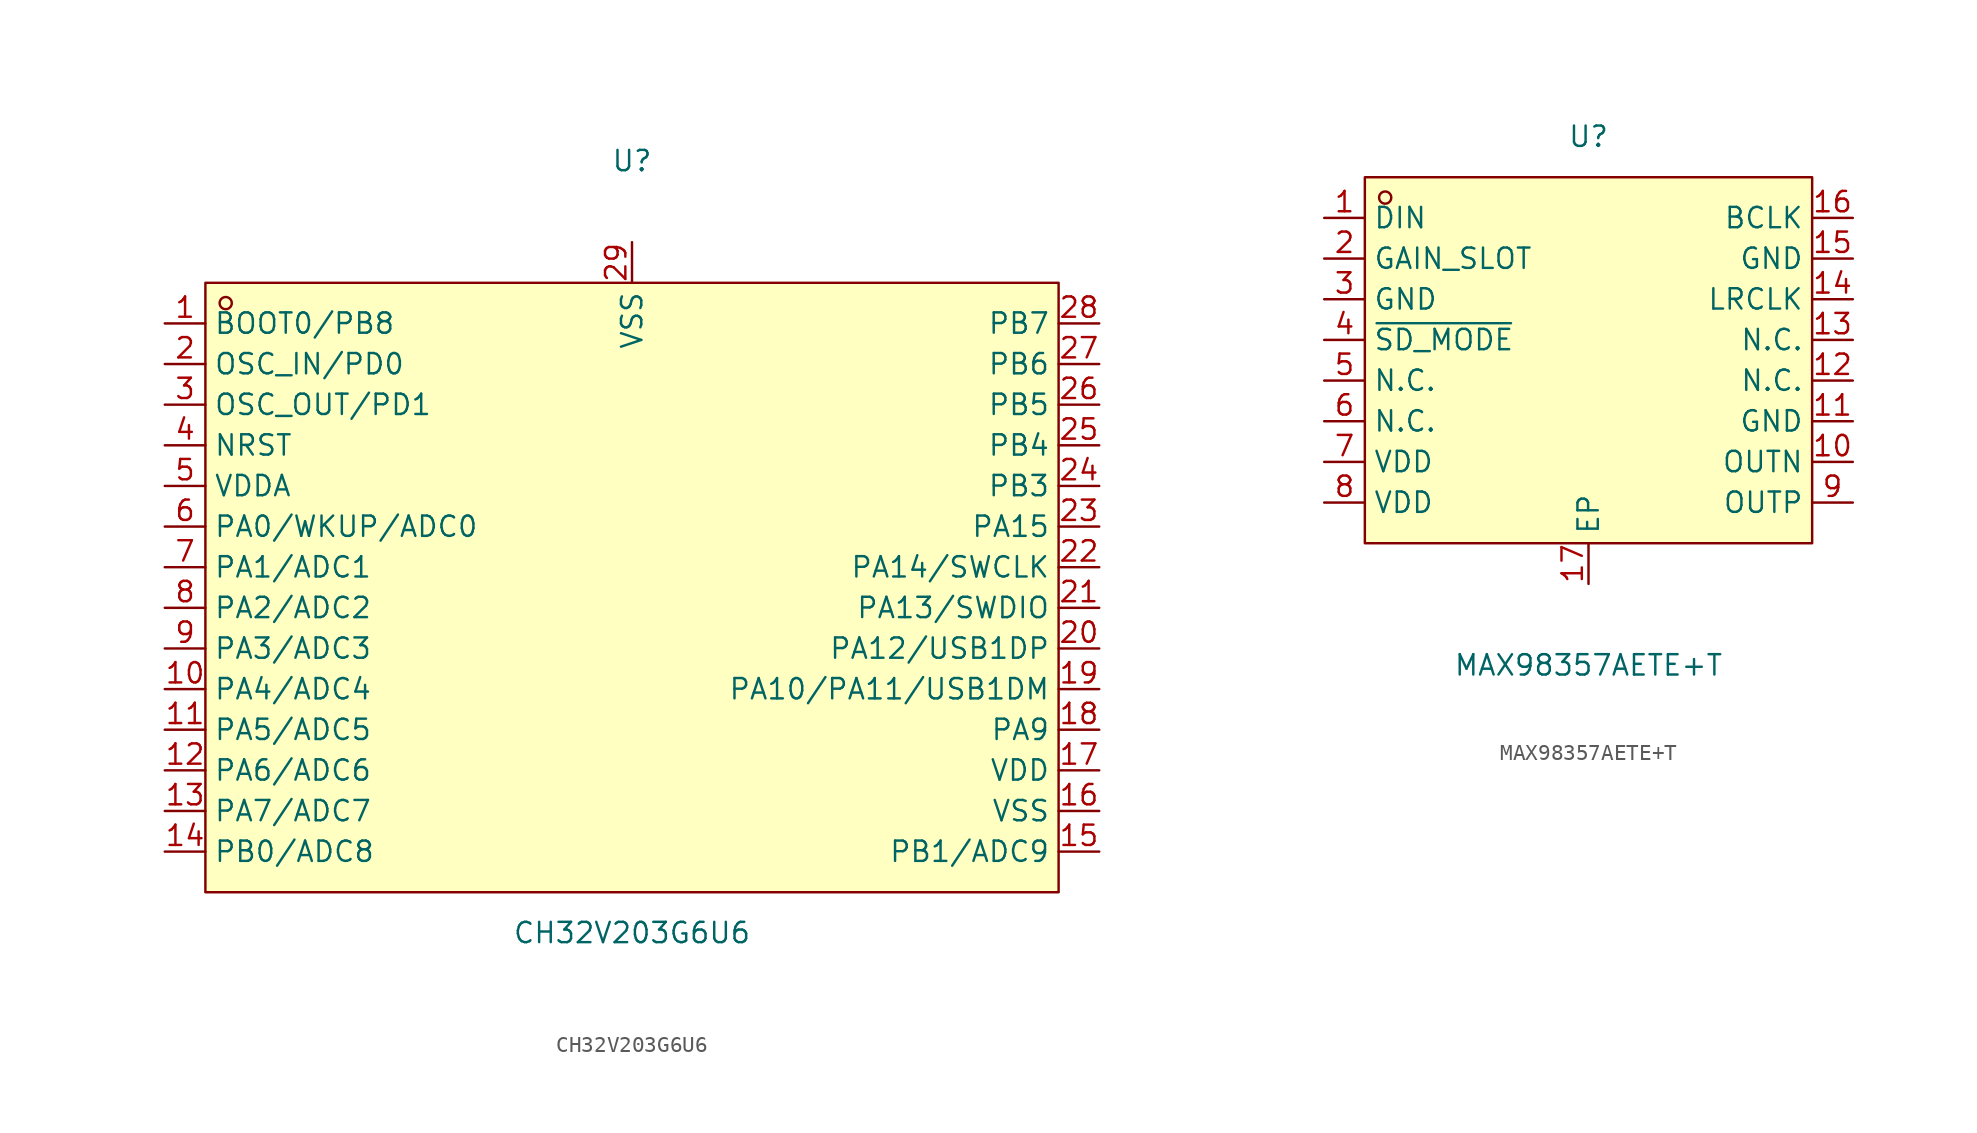
<source format=kicad_sym>
(kicad_symbol_lib
  (version 20211014)
  (generator https://github.com/uPesy/easyeda2kicad.py)
  (symbol "CH32V203G6U6"
    (property "Reference" "U"
      (at 0 26.67 0)
      (effects (font (size 1.27 1.27))))
    (property "Value" "CH32V203G6U6"
      (at 0 -21.59 0)
      (effects (font (size 1.27 1.27))))
    (symbol "CH32V203G6U6_0_1"
      (rectangle (start -26.67 19.05) (end 26.67 -19.05) (stroke (width 0) (type default) (color 0 0 0 0)) (fill (type background)))
      (circle (center -25.40 17.78) (radius 0.38) (stroke (width 0) (type default) (color 0 0 0 0)) (fill (type none)))
      (pin unspecified line (at -29.21 16.51 0) (length 2.54) (name "BOOT0/PB8" (effects (font (size 1.27 1.27)))) (number "1" (effects (font (size 1.27 1.27)))))
      (pin unspecified line (at -29.21 13.97 0) (length 2.54) (name "OSC_IN/PD0" (effects (font (size 1.27 1.27)))) (number "2" (effects (font (size 1.27 1.27)))))
      (pin unspecified line (at -29.21 11.43 0) (length 2.54) (name "OSC_OUT/PD1" (effects (font (size 1.27 1.27)))) (number "3" (effects (font (size 1.27 1.27)))))
      (pin unspecified line (at -29.21 8.89 0) (length 2.54) (name "NRST" (effects (font (size 1.27 1.27)))) (number "4" (effects (font (size 1.27 1.27)))))
      (pin unspecified line (at -29.21 6.35 0) (length 2.54) (name "VDDA" (effects (font (size 1.27 1.27)))) (number "5" (effects (font (size 1.27 1.27)))))
      (pin unspecified line (at -29.21 3.81 0) (length 2.54) (name "PA0/WKUP/ADC0" (effects (font (size 1.27 1.27)))) (number "6" (effects (font (size 1.27 1.27)))))
      (pin unspecified line (at -29.21 1.27 0) (length 2.54) (name "PA1/ADC1" (effects (font (size 1.27 1.27)))) (number "7" (effects (font (size 1.27 1.27)))))
      (pin unspecified line (at -29.21 -1.27 0) (length 2.54) (name "PA2/ADC2" (effects (font (size 1.27 1.27)))) (number "8" (effects (font (size 1.27 1.27)))))
      (pin unspecified line (at -29.21 -3.81 0) (length 2.54) (name "PA3/ADC3" (effects (font (size 1.27 1.27)))) (number "9" (effects (font (size 1.27 1.27)))))
      (pin unspecified line (at -29.21 -6.35 0) (length 2.54) (name "PA4/ADC4" (effects (font (size 1.27 1.27)))) (number "10" (effects (font (size 1.27 1.27)))))
      (pin unspecified line (at -29.21 -8.89 0) (length 2.54) (name "PA5/ADC5" (effects (font (size 1.27 1.27)))) (number "11" (effects (font (size 1.27 1.27)))))
      (pin unspecified line (at -29.21 -11.43 0) (length 2.54) (name "PA6/ADC6" (effects (font (size 1.27 1.27)))) (number "12" (effects (font (size 1.27 1.27)))))
      (pin unspecified line (at -29.21 -13.97 0) (length 2.54) (name "PA7/ADC7" (effects (font (size 1.27 1.27)))) (number "13" (effects (font (size 1.27 1.27)))))
      (pin unspecified line (at -29.21 -16.51 0) (length 2.54) (name "PB0/ADC8" (effects (font (size 1.27 1.27)))) (number "14" (effects (font (size 1.27 1.27)))))
      (pin unspecified line (at 29.21 -16.51 180) (length 2.54) (name "PB1/ADC9" (effects (font (size 1.27 1.27)))) (number "15" (effects (font (size 1.27 1.27)))))
      (pin unspecified line (at 29.21 -13.97 180) (length 2.54) (name "VSS" (effects (font (size 1.27 1.27)))) (number "16" (effects (font (size 1.27 1.27)))))
      (pin unspecified line (at 29.21 -11.43 180) (length 2.54) (name "VDD" (effects (font (size 1.27 1.27)))) (number "17" (effects (font (size 1.27 1.27)))))
      (pin unspecified line (at 29.21 -8.89 180) (length 2.54) (name "PA9" (effects (font (size 1.27 1.27)))) (number "18" (effects (font (size 1.27 1.27)))))
      (pin unspecified line (at 29.21 -6.35 180) (length 2.54) (name "PA10/PA11/USB1DM" (effects (font (size 1.27 1.27)))) (number "19" (effects (font (size 1.27 1.27)))))
      (pin unspecified line (at 29.21 -3.81 180) (length 2.54) (name "PA12/USB1DP" (effects (font (size 1.27 1.27)))) (number "20" (effects (font (size 1.27 1.27)))))
      (pin unspecified line (at 29.21 -1.27 180) (length 2.54) (name "PA13/SWDIO" (effects (font (size 1.27 1.27)))) (number "21" (effects (font (size 1.27 1.27)))))
      (pin unspecified line (at 29.21 1.27 180) (length 2.54) (name "PA14/SWCLK" (effects (font (size 1.27 1.27)))) (number "22" (effects (font (size 1.27 1.27)))))
      (pin unspecified line (at 29.21 3.81 180) (length 2.54) (name "PA15" (effects (font (size 1.27 1.27)))) (number "23" (effects (font (size 1.27 1.27)))))
      (pin unspecified line (at 29.21 6.35 180) (length 2.54) (name "PB3" (effects (font (size 1.27 1.27)))) (number "24" (effects (font (size 1.27 1.27)))))
      (pin unspecified line (at 29.21 8.89 180) (length 2.54) (name "PB4" (effects (font (size 1.27 1.27)))) (number "25" (effects (font (size 1.27 1.27)))))
      (pin unspecified line (at 29.21 11.43 180) (length 2.54) (name "PB5" (effects (font (size 1.27 1.27)))) (number "26" (effects (font (size 1.27 1.27)))))
      (pin unspecified line (at 29.21 13.97 180) (length 2.54) (name "PB6" (effects (font (size 1.27 1.27)))) (number "27" (effects (font (size 1.27 1.27)))))
      (pin unspecified line (at 29.21 16.51 180) (length 2.54) (name "PB7" (effects (font (size 1.27 1.27)))) (number "28" (effects (font (size 1.27 1.27)))))
      (pin unspecified line (at 0.00 21.59 270) (length 2.54) (name "VSS" (effects (font (size 1.27 1.27)))) (number "29" (effects (font (size 1.27 1.27)))))))
  (symbol "MAX98357AETE+T"
    (property "Reference" "U"
      (at 0 13.97 0)
      (effects (font (size 1.27 1.27))))
    (property "Value" "MAX98357AETE+T"
      (at 0 -19.05 0)
      (effects (font (size 1.27 1.27))))
    (symbol "MAX98357AETE+T_0_1"
      (rectangle (start -13.97 11.43) (end 13.97 -11.43) (stroke (width 0) (type default) (color 0 0 0 0)) (fill (type background)))
      (circle (center -12.70 10.16) (radius 0.38) (stroke (width 0) (type default) (color 0 0 0 0)) (fill (type none)))
      (pin unspecified line (at -16.51 8.89 0) (length 2.54) (name "DIN" (effects (font (size 1.27 1.27)))) (number "1" (effects (font (size 1.27 1.27)))))
      (pin unspecified line (at -16.51 6.35 0) (length 2.54) (name "GAIN_SLOT" (effects (font (size 1.27 1.27)))) (number "2" (effects (font (size 1.27 1.27)))))
      (pin unspecified line (at -16.51 3.81 0) (length 2.54) (name "GND" (effects (font (size 1.27 1.27)))) (number "3" (effects (font (size 1.27 1.27)))))
      (pin unspecified line (at -16.51 1.27 0) (length 2.54) (name "~{SD_MODE}" (effects (font (size 1.27 1.27)))) (number "4" (effects (font (size 1.27 1.27)))))
      (pin unspecified line (at -16.51 -1.27 0) (length 2.54) (name "N.C." (effects (font (size 1.27 1.27)))) (number "5" (effects (font (size 1.27 1.27)))))
      (pin unspecified line (at -16.51 -3.81 0) (length 2.54) (name "N.C." (effects (font (size 1.27 1.27)))) (number "6" (effects (font (size 1.27 1.27)))))
      (pin unspecified line (at -16.51 -6.35 0) (length 2.54) (name "VDD" (effects (font (size 1.27 1.27)))) (number "7" (effects (font (size 1.27 1.27)))))
      (pin unspecified line (at -16.51 -8.89 0) (length 2.54) (name "VDD" (effects (font (size 1.27 1.27)))) (number "8" (effects (font (size 1.27 1.27)))))
      (pin unspecified line (at 16.51 -8.89 180) (length 2.54) (name "OUTP" (effects (font (size 1.27 1.27)))) (number "9" (effects (font (size 1.27 1.27)))))
      (pin unspecified line (at 16.51 -6.35 180) (length 2.54) (name "OUTN" (effects (font (size 1.27 1.27)))) (number "10" (effects (font (size 1.27 1.27)))))
      (pin unspecified line (at 16.51 -3.81 180) (length 2.54) (name "GND" (effects (font (size 1.27 1.27)))) (number "11" (effects (font (size 1.27 1.27)))))
      (pin unspecified line (at 16.51 -1.27 180) (length 2.54) (name "N.C." (effects (font (size 1.27 1.27)))) (number "12" (effects (font (size 1.27 1.27)))))
      (pin unspecified line (at 16.51 1.27 180) (length 2.54) (name "N.C." (effects (font (size 1.27 1.27)))) (number "13" (effects (font (size 1.27 1.27)))))
      (pin unspecified line (at 16.51 3.81 180) (length 2.54) (name "LRCLK" (effects (font (size 1.27 1.27)))) (number "14" (effects (font (size 1.27 1.27)))))
      (pin unspecified line (at 16.51 6.35 180) (length 2.54) (name "GND" (effects (font (size 1.27 1.27)))) (number "15" (effects (font (size 1.27 1.27)))))
      (pin unspecified line (at 16.51 8.89 180) (length 2.54) (name "BCLK" (effects (font (size 1.27 1.27)))) (number "16" (effects (font (size 1.27 1.27)))))
      (pin unspecified line (at 0.00 -13.97 90) (length 2.54) (name "EP" (effects (font (size 1.27 1.27)))) (number "17" (effects (font (size 1.27 1.27))))))))
</source>
